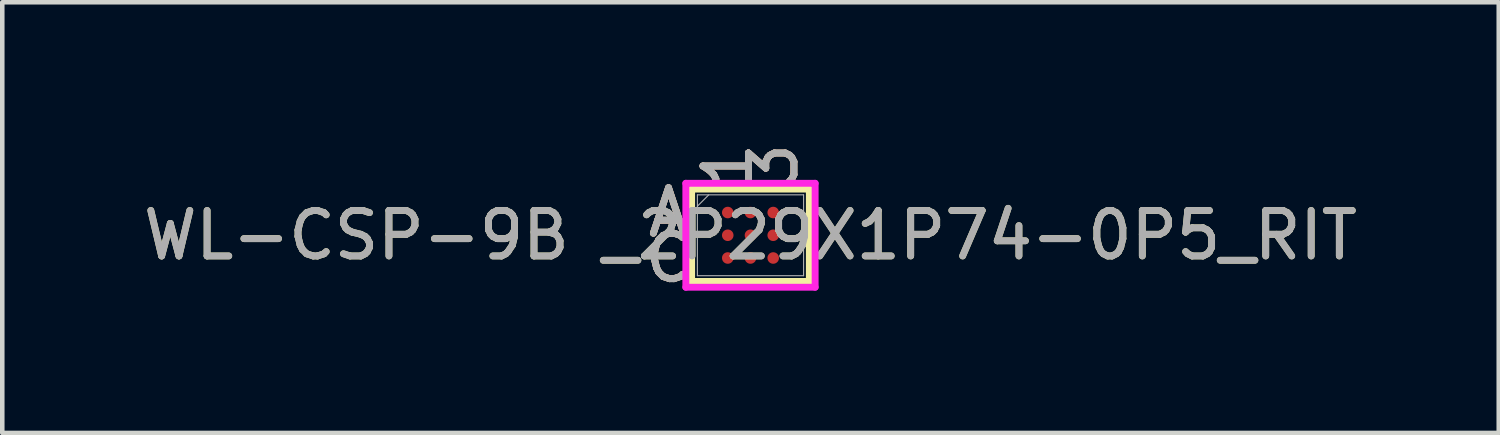
<source format=kicad_pcb>
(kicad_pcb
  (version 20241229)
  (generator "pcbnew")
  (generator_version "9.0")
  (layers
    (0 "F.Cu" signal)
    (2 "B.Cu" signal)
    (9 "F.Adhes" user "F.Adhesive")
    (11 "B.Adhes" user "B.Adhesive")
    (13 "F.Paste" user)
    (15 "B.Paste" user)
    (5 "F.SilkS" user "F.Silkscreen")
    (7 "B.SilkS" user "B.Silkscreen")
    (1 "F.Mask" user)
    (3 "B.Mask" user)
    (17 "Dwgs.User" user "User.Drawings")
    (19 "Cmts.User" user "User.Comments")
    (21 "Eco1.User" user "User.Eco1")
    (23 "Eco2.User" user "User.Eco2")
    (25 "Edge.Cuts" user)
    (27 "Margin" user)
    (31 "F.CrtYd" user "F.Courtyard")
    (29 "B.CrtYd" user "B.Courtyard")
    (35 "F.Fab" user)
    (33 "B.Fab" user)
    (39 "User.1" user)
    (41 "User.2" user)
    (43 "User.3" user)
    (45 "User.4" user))
  (footprint "WL-CSP-9B _2P29X1P74-0P5_RIT"
    (layer "F.Cu")
    (at 13.458 2.125)
    (property "Reference" "WL-CSP-9B _2P29X1P74-0P5_RIT" (at 0 0 0) (unlocked yes) (layer "F.SilkS") (effects (font (size 1 1) (thickness 0.15))))
    (attr smd)
    (fp_line (start -1.295 -1.016) (end -1.295 1.016) (stroke (width 0.152) (type solid)) (layer "F.SilkS"))
    (fp_line (start -1.295 1.016) (end 1.295 1.016) (stroke (width 0.152) (type solid)) (layer "F.SilkS"))
    (fp_line (start 1.295 -1.016) (end -1.295 -1.016) (stroke (width 0.152) (type solid)) (layer "F.SilkS"))
    (fp_line (start 1.295 1.016) (end 1.295 -1.016) (stroke (width 0.152) (type solid)) (layer "F.SilkS"))
    (fp_poly (pts (xy -1.194 -1.194) (xy 1.194 -1.194) (xy 1.194 1.194) (xy -1.194 1.194)) (stroke (width 0.1) (type solid)) (fill no) (layer "Eco2.User"))
    (fp_line (start -1.422 -1.143) (end 1.422 -1.143) (stroke (width 0.152) (type solid)) (layer "F.CrtYd"))
    (fp_line (start -1.422 1.143) (end -1.422 -1.143) (stroke (width 0.152) (type solid)) (layer "F.CrtYd"))
    (fp_line (start 1.422 -1.143) (end 1.422 1.143) (stroke (width 0.152) (type solid)) (layer "F.CrtYd"))
    (fp_line (start 1.422 1.143) (end -1.422 1.143) (stroke (width 0.152) (type solid)) (layer "F.CrtYd"))
    (fp_line (start -1.168 -0.889) (end -1.168 0.889) (stroke (width 0.025) (type solid)) (layer "F.Fab"))
    (fp_line (start -1.168 0.889) (end 1.168 0.889) (stroke (width 0.025) (type solid)) (layer "F.Fab"))
    (fp_line (start -0.918 -0.889) (end -1.168 -0.639) (stroke (width 0.025) (type solid)) (layer "F.Fab"))
    (fp_line (start 1.168 -0.889) (end -1.168 -0.889) (stroke (width 0.025) (type solid)) (layer "F.Fab"))
    (fp_line (start 1.168 0.889) (end 1.168 -0.889) (stroke (width 0.025) (type solid)) (layer "F.Fab"))
    (fp_text user "C" (at -1.803 0.5 0) (unlocked yes) (layer "F.SilkS") (effects (font (size 1 1) (thickness 0.15))))
    (fp_text user "3" (at 0.5 -1.524 90) (unlocked yes) (layer "F.SilkS") (effects (font (size 1 1) (thickness 0.15))))
    (fp_text user "A" (at -1.803 -0.5 0) (unlocked yes) (layer "F.SilkS") (effects (font (size 1 1) (thickness 0.15))))
    (fp_text user "1" (at -0.5 -1.524 90) (unlocked yes) (layer "F.SilkS") (effects (font (size 1 1) (thickness 0.15))))
    (fp_text user "3" (at 0.5 -1.524 90) (unlocked yes) (layer "B.SilkS") (effects (font (size 1 1) (thickness 0.15))))
    (fp_text user "C" (at -1.803 0.5 0) (unlocked yes) (layer "B.SilkS") (effects (font (size 1 1) (thickness 0.15))))
    (fp_text user "1" (at -0.5 -1.524 90) (unlocked yes) (layer "B.SilkS") (effects (font (size 1 1) (thickness 0.15))))
    (fp_text user "A" (at -1.803 -0.5 0) (unlocked yes) (layer "B.SilkS") (effects (font (size 1 1) (thickness 0.15))))
    (fp_text user "C" (at -1.803 0.5 0) (unlocked yes) (layer "F.Fab") (effects (font (size 1 1) (thickness 0.15))))
    (fp_text user "A" (at -1.803 -0.5 0) (unlocked yes) (layer "F.Fab") (effects (font (size 1 1) (thickness 0.15))))
    (fp_text user "${REFERENCE}" (at 0 0 0) (unlocked yes) (layer "F.Fab") (effects (font (size 1 1) (thickness 0.15))))
    (fp_text user "1" (at -0.5 -1.524 90) (unlocked yes) (layer "F.Fab") (effects (font (size 1 1) (thickness 0.15))))
    (fp_text user "3" (at 0.5 -1.524 90) (unlocked yes) (layer "F.Fab") (effects (font (size 1 1) (thickness 0.15))))
    (pad "A1" smd circle (at -0.5 -0.5) (size 0.254 0.254) (layers "F.Cu" "F.Mask" "F.Paste"))
    (pad "A2" smd circle (at 0 -0.5) (size 0.254 0.254) (layers "F.Cu" "F.Mask" "F.Paste"))
    (pad "A3" smd circle (at 0.5 -0.5) (size 0.254 0.254) (layers "F.Cu" "F.Mask" "F.Paste"))
    (pad "B1" smd circle (at -0.5 0) (size 0.254 0.254) (layers "F.Cu" "F.Mask" "F.Paste"))
    (pad "B2" smd circle (at 0 0) (size 0.254 0.254) (layers "F.Cu" "F.Mask" "F.Paste"))
    (pad "B3" smd circle (at 0.5 0) (size 0.254 0.254) (layers "F.Cu" "F.Mask" "F.Paste"))
    (pad "C1" smd circle (at -0.5 0.5) (size 0.254 0.254) (layers "F.Cu" "F.Mask" "F.Paste"))
    (pad "C2" smd circle (at 0 0.5) (size 0.254 0.254) (layers "F.Cu" "F.Mask" "F.Paste"))
    (pad "C3" smd circle (at 0.5 0.5) (size 0.254 0.254) (layers "F.Cu" "F.Mask" "F.Paste")))
  (gr_rect
    (start -3 -3)
    (end 29.917 6.473)
    (stroke (width 0.1) (type default))
    (fill no)
    (layer "Edge.Cuts")))
</source>
